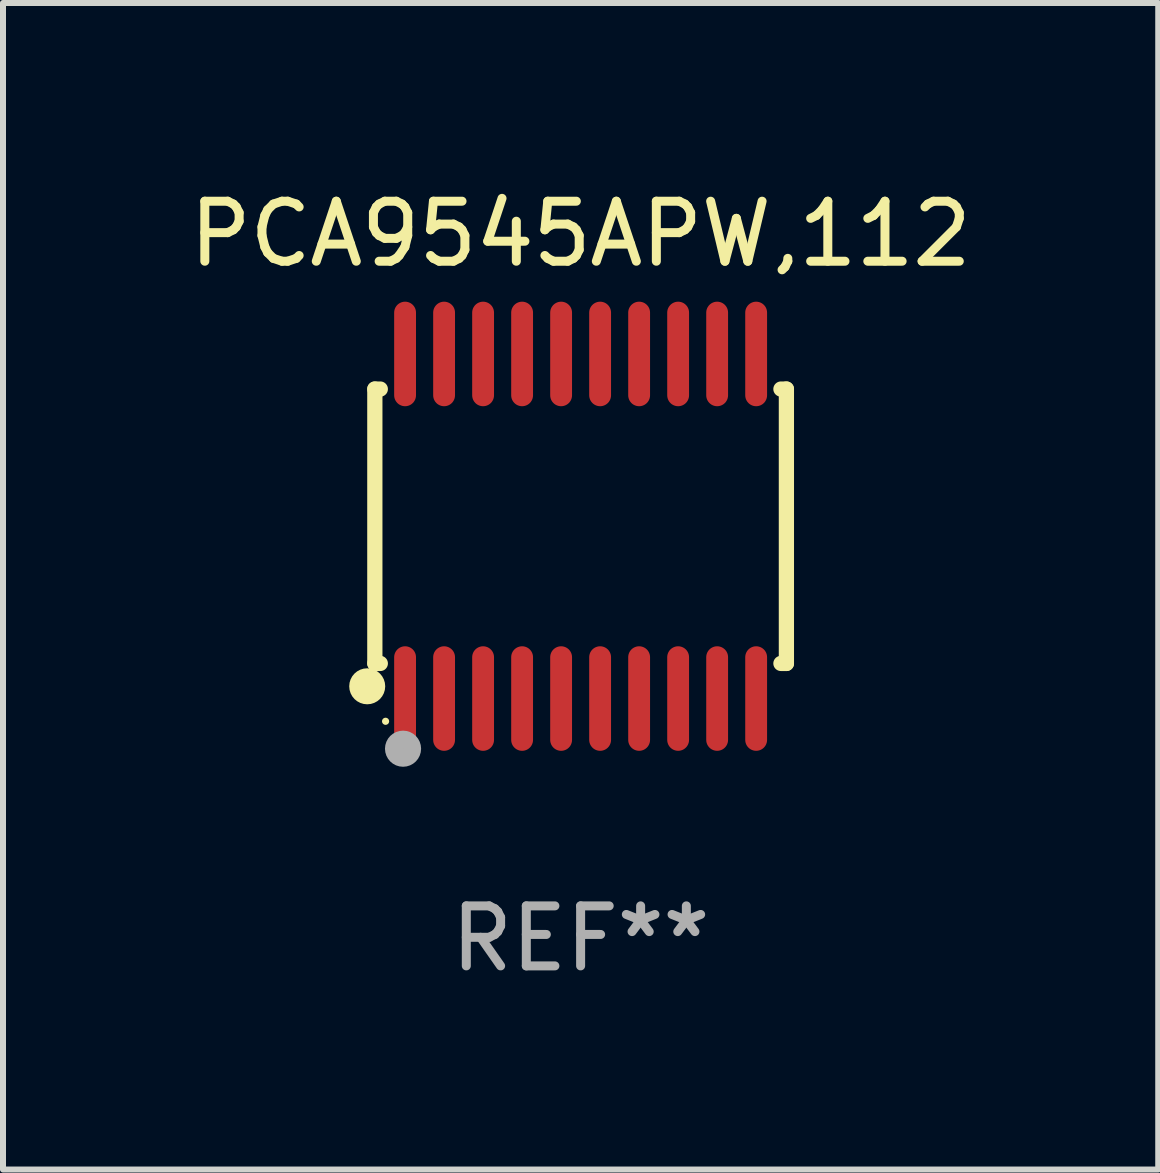
<source format=kicad_pcb>
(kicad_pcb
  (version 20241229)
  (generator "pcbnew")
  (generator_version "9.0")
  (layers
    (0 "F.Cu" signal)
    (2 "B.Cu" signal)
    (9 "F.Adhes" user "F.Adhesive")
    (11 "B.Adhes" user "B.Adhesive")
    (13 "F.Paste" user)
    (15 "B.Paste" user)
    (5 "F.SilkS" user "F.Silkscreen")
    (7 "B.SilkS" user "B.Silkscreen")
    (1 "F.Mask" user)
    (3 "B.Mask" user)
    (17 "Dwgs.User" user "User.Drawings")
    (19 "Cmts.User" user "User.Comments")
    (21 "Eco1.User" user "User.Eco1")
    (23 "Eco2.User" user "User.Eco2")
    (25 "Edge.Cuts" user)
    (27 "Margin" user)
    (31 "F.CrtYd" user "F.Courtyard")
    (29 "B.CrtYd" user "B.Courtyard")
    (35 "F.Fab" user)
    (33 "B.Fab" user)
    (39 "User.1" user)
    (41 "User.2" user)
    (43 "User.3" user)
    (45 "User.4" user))
  (footprint "PCA9545APW,112"
    (layer "F.Cu")
    (at 6.625 5.719)
    (property "Reference" "PCA9545APW,112" (at 0 -4.871 0) (layer "F.SilkS") (effects (font (size 1 1) (thickness 0.15))))
    (attr through_hole)
    (fp_line (start -3.429 -2.286) (end -3.429 2.286) (stroke (width 0.254) (type solid)) (layer "F.SilkS"))
    (fp_line (start -3.429 2.286) (end -3.338 2.286) (stroke (width 0.254) (type solid)) (layer "F.SilkS"))
    (fp_line (start -3.338 -2.286) (end -3.429 -2.286) (stroke (width 0.254) (type solid)) (layer "F.SilkS"))
    (fp_line (start 3.338 -2.286) (end 3.429 -2.286) (stroke (width 0.254) (type solid)) (layer "F.SilkS"))
    (fp_line (start 3.429 -2.286) (end 3.429 2.286) (stroke (width 0.254) (type solid)) (layer "F.SilkS"))
    (fp_line (start 3.429 2.286) (end 3.338 2.286) (stroke (width 0.254) (type solid)) (layer "F.SilkS"))
    (fp_circle (center -3.556 2.667) (end -3.406 2.667) (stroke (width 0.3) (type solid)) (fill no) (layer "F.SilkS"))
    (fp_circle (center -3.25 3.25) (end -3.22 3.25) (stroke (width 0.06) (type solid)) (fill no) (layer "F.SilkS"))
    (fp_circle (center -2.959 3.707) (end -2.808 3.707) (stroke (width 0.3) (type solid)) (fill no) (layer "F.Fab"))
    (fp_text user "REF**" (at 0 6.871 0) (layer "F.Fab") (effects (font (size 1 1) (thickness 0.15))))
    (pad "1" smd oval (at -2.925 2.871) (size 0.364 1.742) (layers "F.Cu" "F.Mask" "F.Paste"))
    (pad "2" smd oval (at -2.275 2.871) (size 0.364 1.742) (layers "F.Cu" "F.Mask" "F.Paste"))
    (pad "3" smd oval (at -1.625 2.871) (size 0.364 1.742) (layers "F.Cu" "F.Mask" "F.Paste"))
    (pad "4" smd oval (at -0.975 2.871) (size 0.364 1.742) (layers "F.Cu" "F.Mask" "F.Paste"))
    (pad "5" smd oval (at -0.325 2.871) (size 0.364 1.742) (layers "F.Cu" "F.Mask" "F.Paste"))
    (pad "6" smd oval (at 0.325 2.871) (size 0.364 1.742) (layers "F.Cu" "F.Mask" "F.Paste"))
    (pad "7" smd oval (at 0.975 2.871) (size 0.364 1.742) (layers "F.Cu" "F.Mask" "F.Paste"))
    (pad "8" smd oval (at 1.625 2.871) (size 0.364 1.742) (layers "F.Cu" "F.Mask" "F.Paste"))
    (pad "9" smd oval (at 2.275 2.871) (size 0.364 1.742) (layers "F.Cu" "F.Mask" "F.Paste"))
    (pad "10" smd oval (at 2.925 2.871) (size 0.364 1.742) (layers "F.Cu" "F.Mask" "F.Paste"))
    (pad "11" smd oval (at 2.925 -2.871) (size 0.364 1.742) (layers "F.Cu" "F.Mask" "F.Paste"))
    (pad "12" smd oval (at 2.275 -2.871) (size 0.364 1.742) (layers "F.Cu" "F.Mask" "F.Paste"))
    (pad "13" smd oval (at 1.625 -2.871) (size 0.364 1.742) (layers "F.Cu" "F.Mask" "F.Paste"))
    (pad "14" smd oval (at 0.975 -2.871) (size 0.364 1.742) (layers "F.Cu" "F.Mask" "F.Paste"))
    (pad "15" smd oval (at 0.325 -2.871) (size 0.364 1.742) (layers "F.Cu" "F.Mask" "F.Paste"))
    (pad "16" smd oval (at -0.325 -2.871) (size 0.364 1.742) (layers "F.Cu" "F.Mask" "F.Paste"))
    (pad "17" smd oval (at -0.975 -2.871) (size 0.364 1.742) (layers "F.Cu" "F.Mask" "F.Paste"))
    (pad "18" smd oval (at -1.625 -2.871) (size 0.364 1.742) (layers "F.Cu" "F.Mask" "F.Paste"))
    (pad "19" smd oval (at -2.275 -2.871) (size 0.364 1.742) (layers "F.Cu" "F.Mask" "F.Paste"))
    (pad "20" smd oval (at -2.925 -2.871) (size 0.364 1.742) (layers "F.Cu" "F.Mask" "F.Paste")))
  (gr_rect
    (start -3 -3)
    (end 16.25 16.438)
    (stroke (width 0.1) (type default))
    (fill no)
    (layer "Edge.Cuts")))
</source>
